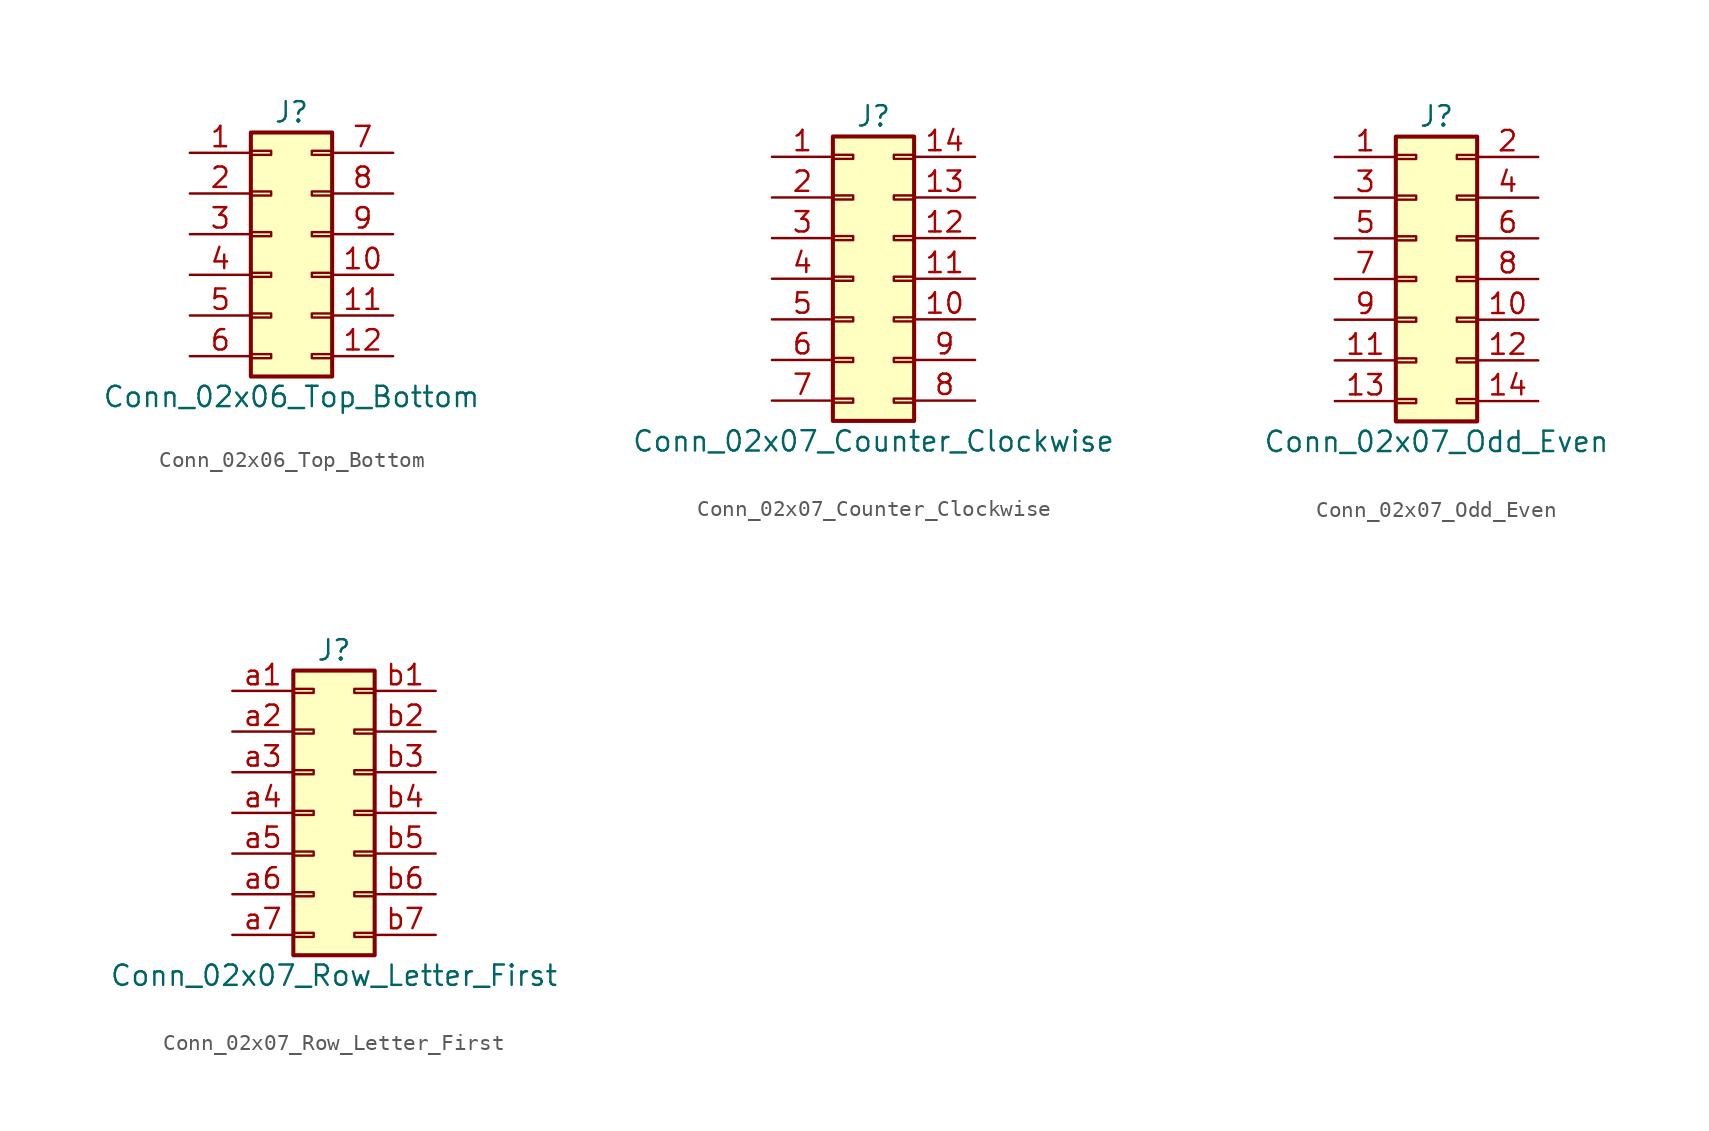
<source format=kicad_sym>
(kicad_symbol_lib
  (version 20220914)
  (generator kicad_symbol_editor)
  (symbol "Conn_02x06_Top_Bottom"
    (pin_names
      (offset 1.016) hide)
    (property "Reference" "J"
      (at 1.27 7.62 0)
      (effects (font (size 1.27 1.27))))
    (property "Value" "Conn_02x06_Top_Bottom"
      (at 1.27 -10.16 0)
      (effects (font (size 1.27 1.27))))
    (symbol "Conn_02x06_Top_Bottom_1_1"
      (rectangle (start -1.27 -7.493) (end 0 -7.747) (stroke (width 0.152) (type solid)) (fill (type none)))
      (rectangle (start -1.27 -4.953) (end 0 -5.207) (stroke (width 0.152) (type solid)) (fill (type none)))
      (rectangle (start -1.27 -2.413) (end 0 -2.667) (stroke (width 0.152) (type solid)) (fill (type none)))
      (rectangle (start -1.27 0.127) (end 0 -0.127) (stroke (width 0.152) (type solid)) (fill (type none)))
      (rectangle (start -1.27 2.667) (end 0 2.413) (stroke (width 0.152) (type solid)) (fill (type none)))
      (rectangle (start -1.27 5.207) (end 0 4.953) (stroke (width 0.152) (type solid)) (fill (type none)))
      (rectangle (start -1.27 6.35) (end 3.81 -8.89) (stroke (width 0.254) (type solid)) (fill (type background)))
      (rectangle (start 3.81 -7.493) (end 2.54 -7.747) (stroke (width 0.152) (type solid)) (fill (type none)))
      (rectangle (start 3.81 -4.953) (end 2.54 -5.207) (stroke (width 0.152) (type solid)) (fill (type none)))
      (rectangle (start 3.81 -2.413) (end 2.54 -2.667) (stroke (width 0.152) (type solid)) (fill (type none)))
      (rectangle (start 3.81 0.127) (end 2.54 -0.127) (stroke (width 0.152) (type solid)) (fill (type none)))
      (rectangle (start 3.81 2.667) (end 2.54 2.413) (stroke (width 0.152) (type solid)) (fill (type none)))
      (rectangle (start 3.81 5.207) (end 2.54 4.953) (stroke (width 0.152) (type solid)) (fill (type none)))
      (pin passive line (at -5.08 5.08 0) (length 3.81) (name "Pin_1" (effects (font (size 1.27 1.27)))) (number "1" (effects (font (size 1.27 1.27)))))
      (pin passive line (at 7.62 -2.54 180) (length 3.81) (name "Pin_10" (effects (font (size 1.27 1.27)))) (number "10" (effects (font (size 1.27 1.27)))))
      (pin passive line (at 7.62 -5.08 180) (length 3.81) (name "Pin_11" (effects (font (size 1.27 1.27)))) (number "11" (effects (font (size 1.27 1.27)))))
      (pin passive line (at 7.62 -7.62 180) (length 3.81) (name "Pin_12" (effects (font (size 1.27 1.27)))) (number "12" (effects (font (size 1.27 1.27)))))
      (pin passive line (at -5.08 2.54 0) (length 3.81) (name "Pin_2" (effects (font (size 1.27 1.27)))) (number "2" (effects (font (size 1.27 1.27)))))
      (pin passive line (at -5.08 0 0) (length 3.81) (name "Pin_3" (effects (font (size 1.27 1.27)))) (number "3" (effects (font (size 1.27 1.27)))))
      (pin passive line (at -5.08 -2.54 0) (length 3.81) (name "Pin_4" (effects (font (size 1.27 1.27)))) (number "4" (effects (font (size 1.27 1.27)))))
      (pin passive line (at -5.08 -5.08 0) (length 3.81) (name "Pin_5" (effects (font (size 1.27 1.27)))) (number "5" (effects (font (size 1.27 1.27)))))
      (pin passive line (at -5.08 -7.62 0) (length 3.81) (name "Pin_6" (effects (font (size 1.27 1.27)))) (number "6" (effects (font (size 1.27 1.27)))))
      (pin passive line (at 7.62 5.08 180) (length 3.81) (name "Pin_7" (effects (font (size 1.27 1.27)))) (number "7" (effects (font (size 1.27 1.27)))))
      (pin passive line (at 7.62 2.54 180) (length 3.81) (name "Pin_8" (effects (font (size 1.27 1.27)))) (number "8" (effects (font (size 1.27 1.27)))))
      (pin passive line (at 7.62 0 180) (length 3.81) (name "Pin_9" (effects (font (size 1.27 1.27)))) (number "9" (effects (font (size 1.27 1.27)))))))
  (symbol "Conn_02x07_Counter_Clockwise"
    (pin_names
      (offset 1.016) hide)
    (property "Reference" "J"
      (at 1.27 10.16 0)
      (effects (font (size 1.27 1.27))))
    (property "Value" "Conn_02x07_Counter_Clockwise"
      (at 1.27 -10.16 0)
      (effects (font (size 1.27 1.27))))
    (symbol "Conn_02x07_Counter_Clockwise_1_1"
      (rectangle (start -1.27 -7.493) (end 0 -7.747) (stroke (width 0.152) (type solid)) (fill (type none)))
      (rectangle (start -1.27 -4.953) (end 0 -5.207) (stroke (width 0.152) (type solid)) (fill (type none)))
      (rectangle (start -1.27 -2.413) (end 0 -2.667) (stroke (width 0.152) (type solid)) (fill (type none)))
      (rectangle (start -1.27 0.127) (end 0 -0.127) (stroke (width 0.152) (type solid)) (fill (type none)))
      (rectangle (start -1.27 2.667) (end 0 2.413) (stroke (width 0.152) (type solid)) (fill (type none)))
      (rectangle (start -1.27 5.207) (end 0 4.953) (stroke (width 0.152) (type solid)) (fill (type none)))
      (rectangle (start -1.27 7.747) (end 0 7.493) (stroke (width 0.152) (type solid)) (fill (type none)))
      (rectangle (start -1.27 8.89) (end 3.81 -8.89) (stroke (width 0.254) (type solid)) (fill (type background)))
      (rectangle (start 3.81 -7.493) (end 2.54 -7.747) (stroke (width 0.152) (type solid)) (fill (type none)))
      (rectangle (start 3.81 -4.953) (end 2.54 -5.207) (stroke (width 0.152) (type solid)) (fill (type none)))
      (rectangle (start 3.81 -2.413) (end 2.54 -2.667) (stroke (width 0.152) (type solid)) (fill (type none)))
      (rectangle (start 3.81 0.127) (end 2.54 -0.127) (stroke (width 0.152) (type solid)) (fill (type none)))
      (rectangle (start 3.81 2.667) (end 2.54 2.413) (stroke (width 0.152) (type solid)) (fill (type none)))
      (rectangle (start 3.81 5.207) (end 2.54 4.953) (stroke (width 0.152) (type solid)) (fill (type none)))
      (rectangle (start 3.81 7.747) (end 2.54 7.493) (stroke (width 0.152) (type solid)) (fill (type none)))
      (pin passive line (at -5.08 7.62 0) (length 3.81) (name "Pin_1" (effects (font (size 1.27 1.27)))) (number "1" (effects (font (size 1.27 1.27)))))
      (pin passive line (at 7.62 -2.54 180) (length 3.81) (name "Pin_10" (effects (font (size 1.27 1.27)))) (number "10" (effects (font (size 1.27 1.27)))))
      (pin passive line (at 7.62 0 180) (length 3.81) (name "Pin_11" (effects (font (size 1.27 1.27)))) (number "11" (effects (font (size 1.27 1.27)))))
      (pin passive line (at 7.62 2.54 180) (length 3.81) (name "Pin_12" (effects (font (size 1.27 1.27)))) (number "12" (effects (font (size 1.27 1.27)))))
      (pin passive line (at 7.62 5.08 180) (length 3.81) (name "Pin_13" (effects (font (size 1.27 1.27)))) (number "13" (effects (font (size 1.27 1.27)))))
      (pin passive line (at 7.62 7.62 180) (length 3.81) (name "Pin_14" (effects (font (size 1.27 1.27)))) (number "14" (effects (font (size 1.27 1.27)))))
      (pin passive line (at -5.08 5.08 0) (length 3.81) (name "Pin_2" (effects (font (size 1.27 1.27)))) (number "2" (effects (font (size 1.27 1.27)))))
      (pin passive line (at -5.08 2.54 0) (length 3.81) (name "Pin_3" (effects (font (size 1.27 1.27)))) (number "3" (effects (font (size 1.27 1.27)))))
      (pin passive line (at -5.08 0 0) (length 3.81) (name "Pin_4" (effects (font (size 1.27 1.27)))) (number "4" (effects (font (size 1.27 1.27)))))
      (pin passive line (at -5.08 -2.54 0) (length 3.81) (name "Pin_5" (effects (font (size 1.27 1.27)))) (number "5" (effects (font (size 1.27 1.27)))))
      (pin passive line (at -5.08 -5.08 0) (length 3.81) (name "Pin_6" (effects (font (size 1.27 1.27)))) (number "6" (effects (font (size 1.27 1.27)))))
      (pin passive line (at -5.08 -7.62 0) (length 3.81) (name "Pin_7" (effects (font (size 1.27 1.27)))) (number "7" (effects (font (size 1.27 1.27)))))
      (pin passive line (at 7.62 -7.62 180) (length 3.81) (name "Pin_8" (effects (font (size 1.27 1.27)))) (number "8" (effects (font (size 1.27 1.27)))))
      (pin passive line (at 7.62 -5.08 180) (length 3.81) (name "Pin_9" (effects (font (size 1.27 1.27)))) (number "9" (effects (font (size 1.27 1.27)))))))
  (symbol "Conn_02x07_Odd_Even"
    (pin_names
      (offset 1.016) hide)
    (property "Reference" "J"
      (at 1.27 10.16 0)
      (effects (font (size 1.27 1.27))))
    (property "Value" "Conn_02x07_Odd_Even"
      (at 1.27 -10.16 0)
      (effects (font (size 1.27 1.27))))
    (symbol "Conn_02x07_Odd_Even_1_1"
      (rectangle (start -1.27 -7.493) (end 0 -7.747) (stroke (width 0.152) (type solid)) (fill (type none)))
      (rectangle (start -1.27 -4.953) (end 0 -5.207) (stroke (width 0.152) (type solid)) (fill (type none)))
      (rectangle (start -1.27 -2.413) (end 0 -2.667) (stroke (width 0.152) (type solid)) (fill (type none)))
      (rectangle (start -1.27 0.127) (end 0 -0.127) (stroke (width 0.152) (type solid)) (fill (type none)))
      (rectangle (start -1.27 2.667) (end 0 2.413) (stroke (width 0.152) (type solid)) (fill (type none)))
      (rectangle (start -1.27 5.207) (end 0 4.953) (stroke (width 0.152) (type solid)) (fill (type none)))
      (rectangle (start -1.27 7.747) (end 0 7.493) (stroke (width 0.152) (type solid)) (fill (type none)))
      (rectangle (start -1.27 8.89) (end 3.81 -8.89) (stroke (width 0.254) (type solid)) (fill (type background)))
      (rectangle (start 3.81 -7.493) (end 2.54 -7.747) (stroke (width 0.152) (type solid)) (fill (type none)))
      (rectangle (start 3.81 -4.953) (end 2.54 -5.207) (stroke (width 0.152) (type solid)) (fill (type none)))
      (rectangle (start 3.81 -2.413) (end 2.54 -2.667) (stroke (width 0.152) (type solid)) (fill (type none)))
      (rectangle (start 3.81 0.127) (end 2.54 -0.127) (stroke (width 0.152) (type solid)) (fill (type none)))
      (rectangle (start 3.81 2.667) (end 2.54 2.413) (stroke (width 0.152) (type solid)) (fill (type none)))
      (rectangle (start 3.81 5.207) (end 2.54 4.953) (stroke (width 0.152) (type solid)) (fill (type none)))
      (rectangle (start 3.81 7.747) (end 2.54 7.493) (stroke (width 0.152) (type solid)) (fill (type none)))
      (pin passive line (at -5.08 7.62 0) (length 3.81) (name "Pin_1" (effects (font (size 1.27 1.27)))) (number "1" (effects (font (size 1.27 1.27)))))
      (pin passive line (at 7.62 -2.54 180) (length 3.81) (name "Pin_10" (effects (font (size 1.27 1.27)))) (number "10" (effects (font (size 1.27 1.27)))))
      (pin passive line (at -5.08 -5.08 0) (length 3.81) (name "Pin_11" (effects (font (size 1.27 1.27)))) (number "11" (effects (font (size 1.27 1.27)))))
      (pin passive line (at 7.62 -5.08 180) (length 3.81) (name "Pin_12" (effects (font (size 1.27 1.27)))) (number "12" (effects (font (size 1.27 1.27)))))
      (pin passive line (at -5.08 -7.62 0) (length 3.81) (name "Pin_13" (effects (font (size 1.27 1.27)))) (number "13" (effects (font (size 1.27 1.27)))))
      (pin passive line (at 7.62 -7.62 180) (length 3.81) (name "Pin_14" (effects (font (size 1.27 1.27)))) (number "14" (effects (font (size 1.27 1.27)))))
      (pin passive line (at 7.62 7.62 180) (length 3.81) (name "Pin_2" (effects (font (size 1.27 1.27)))) (number "2" (effects (font (size 1.27 1.27)))))
      (pin passive line (at -5.08 5.08 0) (length 3.81) (name "Pin_3" (effects (font (size 1.27 1.27)))) (number "3" (effects (font (size 1.27 1.27)))))
      (pin passive line (at 7.62 5.08 180) (length 3.81) (name "Pin_4" (effects (font (size 1.27 1.27)))) (number "4" (effects (font (size 1.27 1.27)))))
      (pin passive line (at -5.08 2.54 0) (length 3.81) (name "Pin_5" (effects (font (size 1.27 1.27)))) (number "5" (effects (font (size 1.27 1.27)))))
      (pin passive line (at 7.62 2.54 180) (length 3.81) (name "Pin_6" (effects (font (size 1.27 1.27)))) (number "6" (effects (font (size 1.27 1.27)))))
      (pin passive line (at -5.08 0 0) (length 3.81) (name "Pin_7" (effects (font (size 1.27 1.27)))) (number "7" (effects (font (size 1.27 1.27)))))
      (pin passive line (at 7.62 0 180) (length 3.81) (name "Pin_8" (effects (font (size 1.27 1.27)))) (number "8" (effects (font (size 1.27 1.27)))))
      (pin passive line (at -5.08 -2.54 0) (length 3.81) (name "Pin_9" (effects (font (size 1.27 1.27)))) (number "9" (effects (font (size 1.27 1.27)))))))
  (symbol "Conn_02x07_Row_Letter_First"
    (pin_names
      (offset 1.016) hide)
    (property "Reference" "J"
      (at 1.27 10.16 0)
      (effects (font (size 1.27 1.27))))
    (property "Value" "Conn_02x07_Row_Letter_First"
      (at 1.27 -10.16 0)
      (effects (font (size 1.27 1.27))))
    (symbol "Conn_02x07_Row_Letter_First_1_1"
      (rectangle (start -1.27 -7.493) (end 0 -7.747) (stroke (width 0.152) (type solid)) (fill (type none)))
      (rectangle (start -1.27 -4.953) (end 0 -5.207) (stroke (width 0.152) (type solid)) (fill (type none)))
      (rectangle (start -1.27 -2.413) (end 0 -2.667) (stroke (width 0.152) (type solid)) (fill (type none)))
      (rectangle (start -1.27 0.127) (end 0 -0.127) (stroke (width 0.152) (type solid)) (fill (type none)))
      (rectangle (start -1.27 2.667) (end 0 2.413) (stroke (width 0.152) (type solid)) (fill (type none)))
      (rectangle (start -1.27 5.207) (end 0 4.953) (stroke (width 0.152) (type solid)) (fill (type none)))
      (rectangle (start -1.27 7.747) (end 0 7.493) (stroke (width 0.152) (type solid)) (fill (type none)))
      (rectangle (start -1.27 8.89) (end 3.81 -8.89) (stroke (width 0.254) (type solid)) (fill (type background)))
      (rectangle (start 3.81 -7.493) (end 2.54 -7.747) (stroke (width 0.152) (type solid)) (fill (type none)))
      (rectangle (start 3.81 -4.953) (end 2.54 -5.207) (stroke (width 0.152) (type solid)) (fill (type none)))
      (rectangle (start 3.81 -2.413) (end 2.54 -2.667) (stroke (width 0.152) (type solid)) (fill (type none)))
      (rectangle (start 3.81 0.127) (end 2.54 -0.127) (stroke (width 0.152) (type solid)) (fill (type none)))
      (rectangle (start 3.81 2.667) (end 2.54 2.413) (stroke (width 0.152) (type solid)) (fill (type none)))
      (rectangle (start 3.81 5.207) (end 2.54 4.953) (stroke (width 0.152) (type solid)) (fill (type none)))
      (rectangle (start 3.81 7.747) (end 2.54 7.493) (stroke (width 0.152) (type solid)) (fill (type none)))
      (pin passive line (at -5.08 7.62 0) (length 3.81) (name "Pin_a1" (effects (font (size 1.27 1.27)))) (number "a1" (effects (font (size 1.27 1.27)))))
      (pin passive line (at -5.08 5.08 0) (length 3.81) (name "Pin_a2" (effects (font (size 1.27 1.27)))) (number "a2" (effects (font (size 1.27 1.27)))))
      (pin passive line (at -5.08 2.54 0) (length 3.81) (name "Pin_a3" (effects (font (size 1.27 1.27)))) (number "a3" (effects (font (size 1.27 1.27)))))
      (pin passive line (at -5.08 0 0) (length 3.81) (name "Pin_a4" (effects (font (size 1.27 1.27)))) (number "a4" (effects (font (size 1.27 1.27)))))
      (pin passive line (at -5.08 -2.54 0) (length 3.81) (name "Pin_a5" (effects (font (size 1.27 1.27)))) (number "a5" (effects (font (size 1.27 1.27)))))
      (pin passive line (at -5.08 -5.08 0) (length 3.81) (name "Pin_a6" (effects (font (size 1.27 1.27)))) (number "a6" (effects (font (size 1.27 1.27)))))
      (pin passive line (at -5.08 -7.62 0) (length 3.81) (name "Pin_a7" (effects (font (size 1.27 1.27)))) (number "a7" (effects (font (size 1.27 1.27)))))
      (pin passive line (at 7.62 7.62 180) (length 3.81) (name "Pin_b1" (effects (font (size 1.27 1.27)))) (number "b1" (effects (font (size 1.27 1.27)))))
      (pin passive line (at 7.62 5.08 180) (length 3.81) (name "Pin_b2" (effects (font (size 1.27 1.27)))) (number "b2" (effects (font (size 1.27 1.27)))))
      (pin passive line (at 7.62 2.54 180) (length 3.81) (name "Pin_b3" (effects (font (size 1.27 1.27)))) (number "b3" (effects (font (size 1.27 1.27)))))
      (pin passive line (at 7.62 0 180) (length 3.81) (name "Pin_b4" (effects (font (size 1.27 1.27)))) (number "b4" (effects (font (size 1.27 1.27)))))
      (pin passive line (at 7.62 -2.54 180) (length 3.81) (name "Pin_b5" (effects (font (size 1.27 1.27)))) (number "b5" (effects (font (size 1.27 1.27)))))
      (pin passive line (at 7.62 -5.08 180) (length 3.81) (name "Pin_b6" (effects (font (size 1.27 1.27)))) (number "b6" (effects (font (size 1.27 1.27)))))
      (pin passive line (at 7.62 -7.62 180) (length 3.81) (name "Pin_b7" (effects (font (size 1.27 1.27)))) (number "b7" (effects (font (size 1.27 1.27))))))))
</source>
